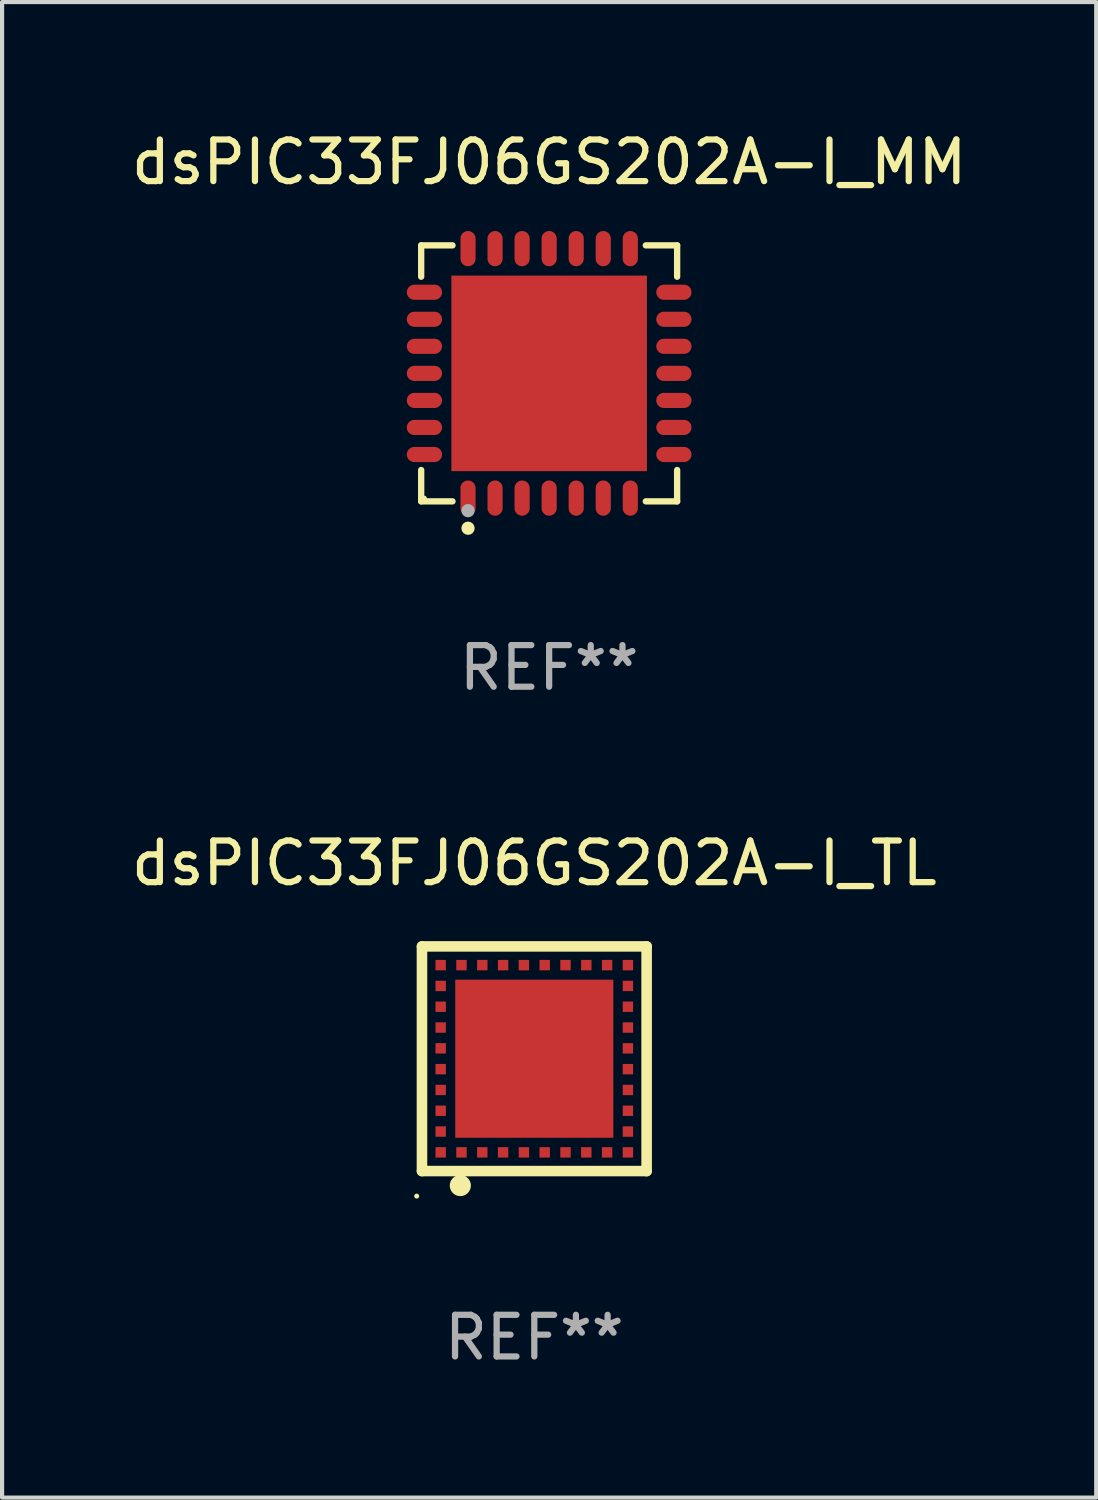
<source format=kicad_pcb>
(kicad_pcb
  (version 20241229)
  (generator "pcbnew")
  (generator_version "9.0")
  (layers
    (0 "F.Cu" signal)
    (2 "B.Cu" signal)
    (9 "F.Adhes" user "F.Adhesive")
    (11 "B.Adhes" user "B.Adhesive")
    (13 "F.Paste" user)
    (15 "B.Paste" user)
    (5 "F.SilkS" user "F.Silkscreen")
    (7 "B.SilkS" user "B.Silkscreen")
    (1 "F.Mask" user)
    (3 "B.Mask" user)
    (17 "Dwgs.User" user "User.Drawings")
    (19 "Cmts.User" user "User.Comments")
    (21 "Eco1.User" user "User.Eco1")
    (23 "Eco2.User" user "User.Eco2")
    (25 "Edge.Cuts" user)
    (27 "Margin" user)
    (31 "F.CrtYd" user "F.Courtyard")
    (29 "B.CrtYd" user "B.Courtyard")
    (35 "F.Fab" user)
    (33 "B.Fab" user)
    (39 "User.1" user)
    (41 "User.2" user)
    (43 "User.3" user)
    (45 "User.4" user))
  (footprint "dsPIC33FJ06GS202A-I_TL"
    (layer "F.Cu")
    (at 9.792 22.397)
    (property "Reference" "dsPIC33FJ06GS202A-I_TL" (at 0 -4.7 0) (layer "F.SilkS") (effects (font (size 1 1) (thickness 0.15))))
    (attr through_hole)
    (fp_line (start -2.7 -2.7) (end 2.7 -2.7) (stroke (width 0.254) (type solid)) (layer "F.SilkS"))
    (fp_line (start -2.7 2.7) (end -2.7 -2.7) (stroke (width 0.254) (type solid)) (layer "F.SilkS"))
    (fp_line (start 2.7 -2.7) (end 2.7 2.7) (stroke (width 0.254) (type solid)) (layer "F.SilkS"))
    (fp_line (start 2.7 2.7) (end -2.7 2.7) (stroke (width 0.254) (type solid)) (layer "F.SilkS"))
    (fp_circle (center -2.827 3.302) (end -2.797 3.302) (stroke (width 0.06) (type solid)) (fill no) (layer "F.SilkS"))
    (fp_circle (center -1.778 3.048) (end -1.651 3.048) (stroke (width 0.254) (type solid)) (fill no) (layer "F.SilkS"))
    (fp_text user "REF**" (at 0 6.7 0) (layer "F.Fab") (effects (font (size 1 1) (thickness 0.15))))
    (pad "1" smd rect (at -1.75 2.25) (size 0.25 0.25) (layers "F.Cu" "F.Mask" "F.Paste"))
    (pad "2" smd rect (at -1.25 2.25) (size 0.25 0.25) (layers "F.Cu" "F.Mask" "F.Paste"))
    (pad "3" smd rect (at -0.75 2.25) (size 0.25 0.25) (layers "F.Cu" "F.Mask" "F.Paste"))
    (pad "4" smd rect (at -0.25 2.25) (size 0.25 0.25) (layers "F.Cu" "F.Mask" "F.Paste"))
    (pad "5" smd rect (at 0.25 2.25) (size 0.25 0.25) (layers "F.Cu" "F.Mask" "F.Paste"))
    (pad "6" smd rect (at 0.75 2.25) (size 0.25 0.25) (layers "F.Cu" "F.Mask" "F.Paste"))
    (pad "7" smd rect (at 1.25 2.25) (size 0.25 0.25) (layers "F.Cu" "F.Mask" "F.Paste"))
    (pad "8" smd rect (at 1.75 2.25) (size 0.25 0.25) (layers "F.Cu" "F.Mask" "F.Paste"))
    (pad "9" smd rect (at 2.25 2.25) (size 0.25 0.25) (layers "F.Cu" "F.Mask" "F.Paste"))
    (pad "10" smd rect (at 2.25 1.75) (size 0.25 0.25) (layers "F.Cu" "F.Mask" "F.Paste"))
    (pad "11" smd rect (at 2.25 1.25) (size 0.25 0.25) (layers "F.Cu" "F.Mask" "F.Paste"))
    (pad "12" smd rect (at 2.25 0.75) (size 0.25 0.25) (layers "F.Cu" "F.Mask" "F.Paste"))
    (pad "13" smd rect (at 2.25 0.25) (size 0.25 0.25) (layers "F.Cu" "F.Mask" "F.Paste"))
    (pad "14" smd rect (at 2.25 -0.25) (size 0.25 0.25) (layers "F.Cu" "F.Mask" "F.Paste"))
    (pad "15" smd rect (at 2.25 -0.75) (size 0.25 0.25) (layers "F.Cu" "F.Mask" "F.Paste"))
    (pad "16" smd rect (at 2.25 -1.25) (size 0.25 0.25) (layers "F.Cu" "F.Mask" "F.Paste"))
    (pad "17" smd rect (at 2.25 -1.75) (size 0.25 0.25) (layers "F.Cu" "F.Mask" "F.Paste"))
    (pad "18" smd rect (at 2.25 -2.25) (size 0.25 0.25) (layers "F.Cu" "F.Mask" "F.Paste"))
    (pad "19" smd rect (at 1.75 -2.25) (size 0.25 0.25) (layers "F.Cu" "F.Mask" "F.Paste"))
    (pad "20" smd rect (at 1.25 -2.25) (size 0.25 0.25) (layers "F.Cu" "F.Mask" "F.Paste"))
    (pad "21" smd rect (at 0.75 -2.25) (size 0.25 0.25) (layers "F.Cu" "F.Mask" "F.Paste"))
    (pad "22" smd rect (at 0.25 -2.25) (size 0.25 0.25) (layers "F.Cu" "F.Mask" "F.Paste"))
    (pad "23" smd rect (at -0.25 -2.25) (size 0.25 0.25) (layers "F.Cu" "F.Mask" "F.Paste"))
    (pad "24" smd rect (at -0.75 -2.25) (size 0.25 0.25) (layers "F.Cu" "F.Mask" "F.Paste"))
    (pad "25" smd rect (at -1.25 -2.25) (size 0.25 0.25) (layers "F.Cu" "F.Mask" "F.Paste"))
    (pad "26" smd rect (at -1.75 -2.25) (size 0.25 0.25) (layers "F.Cu" "F.Mask" "F.Paste"))
    (pad "27" smd rect (at -2.25 -2.25) (size 0.25 0.25) (layers "F.Cu" "F.Mask" "F.Paste"))
    (pad "28" smd rect (at -2.25 -1.75) (size 0.25 0.25) (layers "F.Cu" "F.Mask" "F.Paste"))
    (pad "29" smd rect (at -2.25 -1.25) (size 0.25 0.25) (layers "F.Cu" "F.Mask" "F.Paste"))
    (pad "30" smd rect (at -2.25 -0.75) (size 0.25 0.25) (layers "F.Cu" "F.Mask" "F.Paste"))
    (pad "31" smd rect (at -2.25 -0.25) (size 0.25 0.25) (layers "F.Cu" "F.Mask" "F.Paste"))
    (pad "32" smd rect (at -2.25 0.25) (size 0.25 0.25) (layers "F.Cu" "F.Mask" "F.Paste"))
    (pad "33" smd rect (at -2.25 0.75) (size 0.25 0.25) (layers "F.Cu" "F.Mask" "F.Paste"))
    (pad "34" smd rect (at -2.25 1.25) (size 0.25 0.25) (layers "F.Cu" "F.Mask" "F.Paste"))
    (pad "35" smd rect (at -2.25 1.75) (size 0.25 0.25) (layers "F.Cu" "F.Mask" "F.Paste"))
    (pad "36" smd rect (at -2.25 2.25) (size 0.25 0.25) (layers "F.Cu" "F.Mask" "F.Paste"))
    (pad "37" smd rect (at 0.000127 -0.000076) (size 3.8 3.8) (layers "F.Cu" "F.Mask" "F.Paste")))
  (footprint "dsPIC33FJ06GS202A-I_MM"
    (layer "F.Cu")
    (at 10.149 5.924)
    (property "Reference" "dsPIC33FJ06GS202A-I_MM" (at 0 -5.076 0) (layer "F.SilkS") (effects (font (size 1 1) (thickness 0.15))))
    (attr through_hole)
    (fp_line (start -3.076 -3.076) (end -2.323 -3.076) (stroke (width 0.152) (type solid)) (layer "F.SilkS"))
    (fp_line (start -3.076 -2.323) (end -3.076 -3.076) (stroke (width 0.152) (type solid)) (layer "F.SilkS"))
    (fp_line (start -3.076 2.323) (end -3.076 3.076) (stroke (width 0.152) (type solid)) (layer "F.SilkS"))
    (fp_line (start -3.076 3.076) (end -2.323 3.076) (stroke (width 0.152) (type solid)) (layer "F.SilkS"))
    (fp_line (start 3.076 -3.076) (end 2.323 -3.076) (stroke (width 0.152) (type solid)) (layer "F.SilkS"))
    (fp_line (start 3.076 -2.323) (end 3.076 -3.076) (stroke (width 0.152) (type solid)) (layer "F.SilkS"))
    (fp_line (start 3.076 2.323) (end 3.076 3.076) (stroke (width 0.152) (type solid)) (layer "F.SilkS"))
    (fp_line (start 3.076 3.076) (end 2.323 3.076) (stroke (width 0.152) (type solid)) (layer "F.SilkS"))
    (fp_circle (center -3 3) (end -2.97 3) (stroke (width 0.06) (type solid)) (fill no) (layer "F.SilkS"))
    (fp_circle (center -1.95 3.722) (end -1.87 3.722) (stroke (width 0.16) (type solid)) (fill no) (layer "F.SilkS"))
    (fp_circle (center -1.95 3.3) (end -1.87 3.3) (stroke (width 0.16) (type solid)) (fill no) (layer "F.Fab"))
    (fp_text user "REF**" (at 0 7.076 0) (layer "F.Fab") (effects (font (size 1 1) (thickness 0.15))))
    (pad "1" smd oval (at -1.95 2.998) (size 0.364 0.847) (layers "F.Cu" "F.Mask" "F.Paste"))
    (pad "2" smd oval (at -1.3 2.998) (size 0.364 0.847) (layers "F.Cu" "F.Mask" "F.Paste"))
    (pad "3" smd oval (at -0.65 2.998) (size 0.364 0.847) (layers "F.Cu" "F.Mask" "F.Paste"))
    (pad "4" smd oval (at 0 2.998) (size 0.364 0.847) (layers "F.Cu" "F.Mask" "F.Paste"))
    (pad "5" smd oval (at 0.65 2.998) (size 0.364 0.847) (layers "F.Cu" "F.Mask" "F.Paste"))
    (pad "6" smd oval (at 1.3 2.998) (size 0.364 0.847) (layers "F.Cu" "F.Mask" "F.Paste"))
    (pad "7" smd oval (at 1.95 2.998) (size 0.364 0.847) (layers "F.Cu" "F.Mask" "F.Paste"))
    (pad "8" smd oval (at 2.998 1.95) (size 0.847 0.364) (layers "F.Cu" "F.Mask" "F.Paste"))
    (pad "9" smd oval (at 2.998 1.3) (size 0.847 0.364) (layers "F.Cu" "F.Mask" "F.Paste"))
    (pad "10" smd oval (at 2.998 0.65) (size 0.847 0.364) (layers "F.Cu" "F.Mask" "F.Paste"))
    (pad "11" smd oval (at 2.998 0) (size 0.847 0.364) (layers "F.Cu" "F.Mask" "F.Paste"))
    (pad "12" smd oval (at 2.998 -0.65) (size 0.847 0.364) (layers "F.Cu" "F.Mask" "F.Paste"))
    (pad "13" smd oval (at 2.998 -1.3) (size 0.847 0.364) (layers "F.Cu" "F.Mask" "F.Paste"))
    (pad "14" smd oval (at 2.998 -1.95) (size 0.847 0.364) (layers "F.Cu" "F.Mask" "F.Paste"))
    (pad "15" smd oval (at 1.95 -2.998) (size 0.364 0.847) (layers "F.Cu" "F.Mask" "F.Paste"))
    (pad "16" smd oval (at 1.3 -2.998) (size 0.364 0.847) (layers "F.Cu" "F.Mask" "F.Paste"))
    (pad "17" smd oval (at 0.65 -2.998) (size 0.364 0.847) (layers "F.Cu" "F.Mask" "F.Paste"))
    (pad "18" smd oval (at 0 -2.998) (size 0.364 0.847) (layers "F.Cu" "F.Mask" "F.Paste"))
    (pad "19" smd oval (at -0.65 -2.998) (size 0.364 0.847) (layers "F.Cu" "F.Mask" "F.Paste"))
    (pad "20" smd oval (at -1.3 -2.998) (size 0.364 0.847) (layers "F.Cu" "F.Mask" "F.Paste"))
    (pad "21" smd oval (at -1.95 -2.998) (size 0.364 0.847) (layers "F.Cu" "F.Mask" "F.Paste"))
    (pad "22" smd oval (at -2.998 -1.95) (size 0.847 0.364) (layers "F.Cu" "F.Mask" "F.Paste"))
    (pad "23" smd oval (at -2.998 -1.3) (size 0.847 0.364) (layers "F.Cu" "F.Mask" "F.Paste"))
    (pad "24" smd oval (at -2.998 -0.65) (size 0.847 0.364) (layers "F.Cu" "F.Mask" "F.Paste"))
    (pad "25" smd oval (at -2.998 0) (size 0.847 0.364) (layers "F.Cu" "F.Mask" "F.Paste"))
    (pad "26" smd oval (at -2.998 0.65) (size 0.847 0.364) (layers "F.Cu" "F.Mask" "F.Paste"))
    (pad "27" smd oval (at -2.998 1.3) (size 0.847 0.364) (layers "F.Cu" "F.Mask" "F.Paste"))
    (pad "28" smd oval (at -2.998 1.95) (size 0.847 0.364) (layers "F.Cu" "F.Mask" "F.Paste"))
    (pad "29" smd rect (at 0 0) (size 4.7 4.7) (layers "F.Cu" "F.Mask" "F.Paste")))
  (gr_rect
    (start -3 -3)
    (end 23.298 32.945)
    (stroke (width 0.1) (type default))
    (fill no)
    (layer "Edge.Cuts")))
</source>
